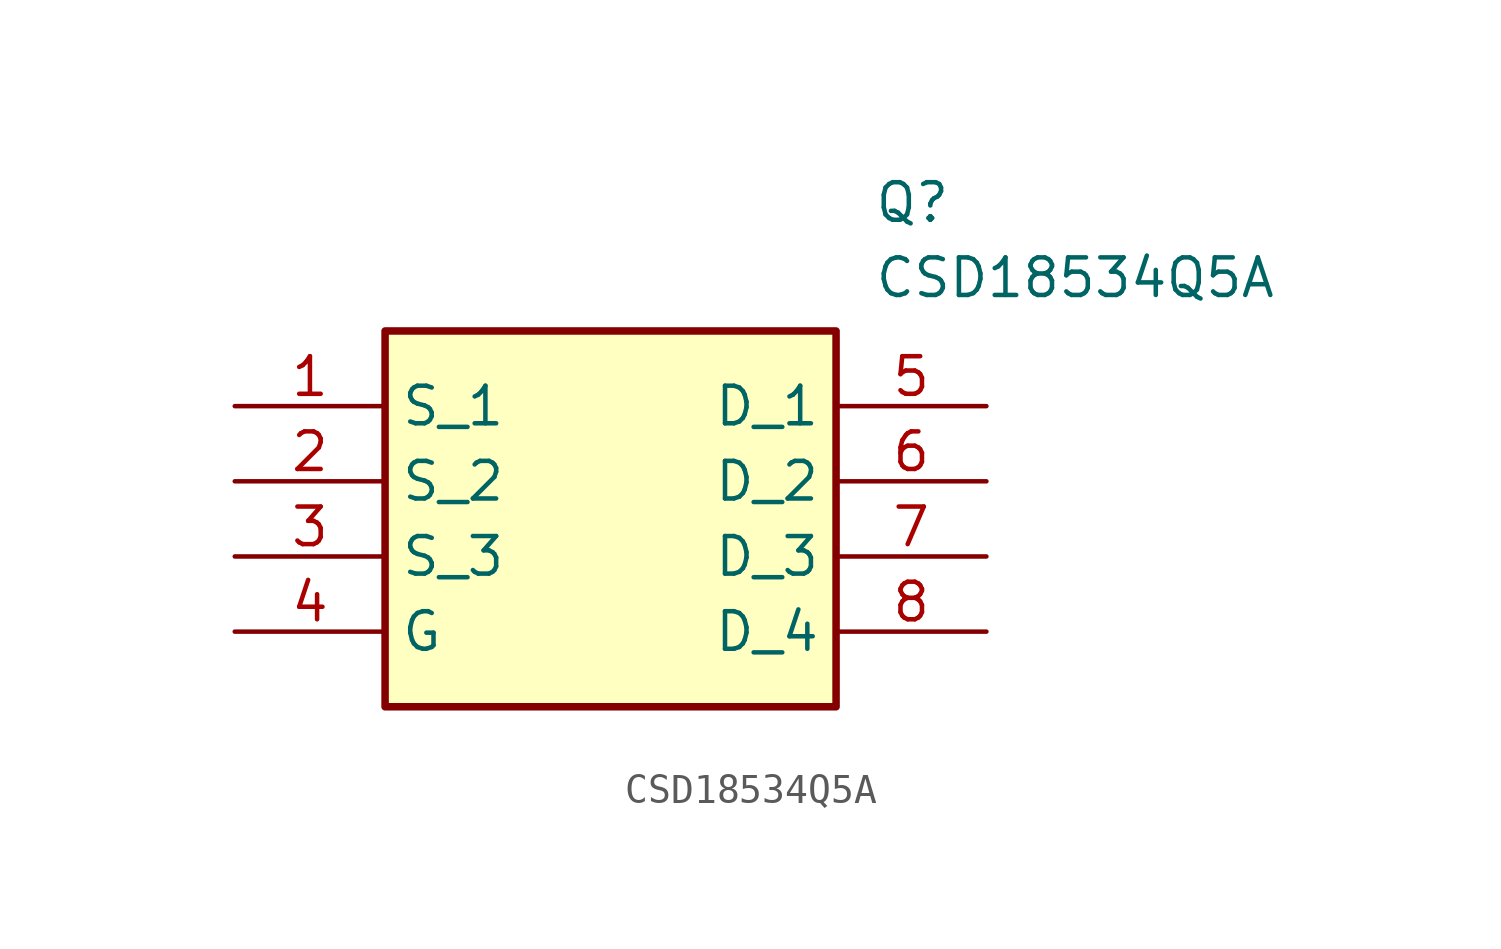
<source format=kicad_sym>
(kicad_symbol_lib
  (version 20211014)
  (generator SamacSys_ECAD_Model)
  (symbol "CSD18534Q5A"
    (property "Reference" "Q"
      (at 21.59 7.62 0)
      (effects (font (size 1.27 1.27)) (justify left top)))
    (property "Value" "CSD18534Q5A"
      (at 21.59 5.08 0)
      (effects (font (size 1.27 1.27)) (justify left top)))
    (rectangle
      (start 5.08 2.54)
      (end 20.32 -10.16)
      (stroke (width 0.254) (type default))
      (fill (type background)))
    (pin passive line
      (at 0 0 0)
      (length 5.08)
      (name "S_1" (effects (font (size 1.27 1.27))))
      (number "1" (effects (font (size 1.27 1.27)))))
    (pin passive line
      (at 0 -2.54 0)
      (length 5.08)
      (name "S_2" (effects (font (size 1.27 1.27))))
      (number "2" (effects (font (size 1.27 1.27)))))
    (pin passive line
      (at 0 -5.08 0)
      (length 5.08)
      (name "S_3" (effects (font (size 1.27 1.27))))
      (number "3" (effects (font (size 1.27 1.27)))))
    (pin passive line
      (at 0 -7.62 0)
      (length 5.08)
      (name "G" (effects (font (size 1.27 1.27))))
      (number "4" (effects (font (size 1.27 1.27)))))
    (pin passive line
      (at 25.4 0 180)
      (length 5.08)
      (name "D_1" (effects (font (size 1.27 1.27))))
      (number "5" (effects (font (size 1.27 1.27)))))
    (pin passive line
      (at 25.4 -2.54 180)
      (length 5.08)
      (name "D_2" (effects (font (size 1.27 1.27))))
      (number "6" (effects (font (size 1.27 1.27)))))
    (pin passive line
      (at 25.4 -5.08 180)
      (length 5.08)
      (name "D_3" (effects (font (size 1.27 1.27))))
      (number "7" (effects (font (size 1.27 1.27)))))
    (pin passive line
      (at 25.4 -7.62 180)
      (length 5.08)
      (name "D_4" (effects (font (size 1.27 1.27))))
      (number "8" (effects (font (size 1.27 1.27)))))))
</source>
